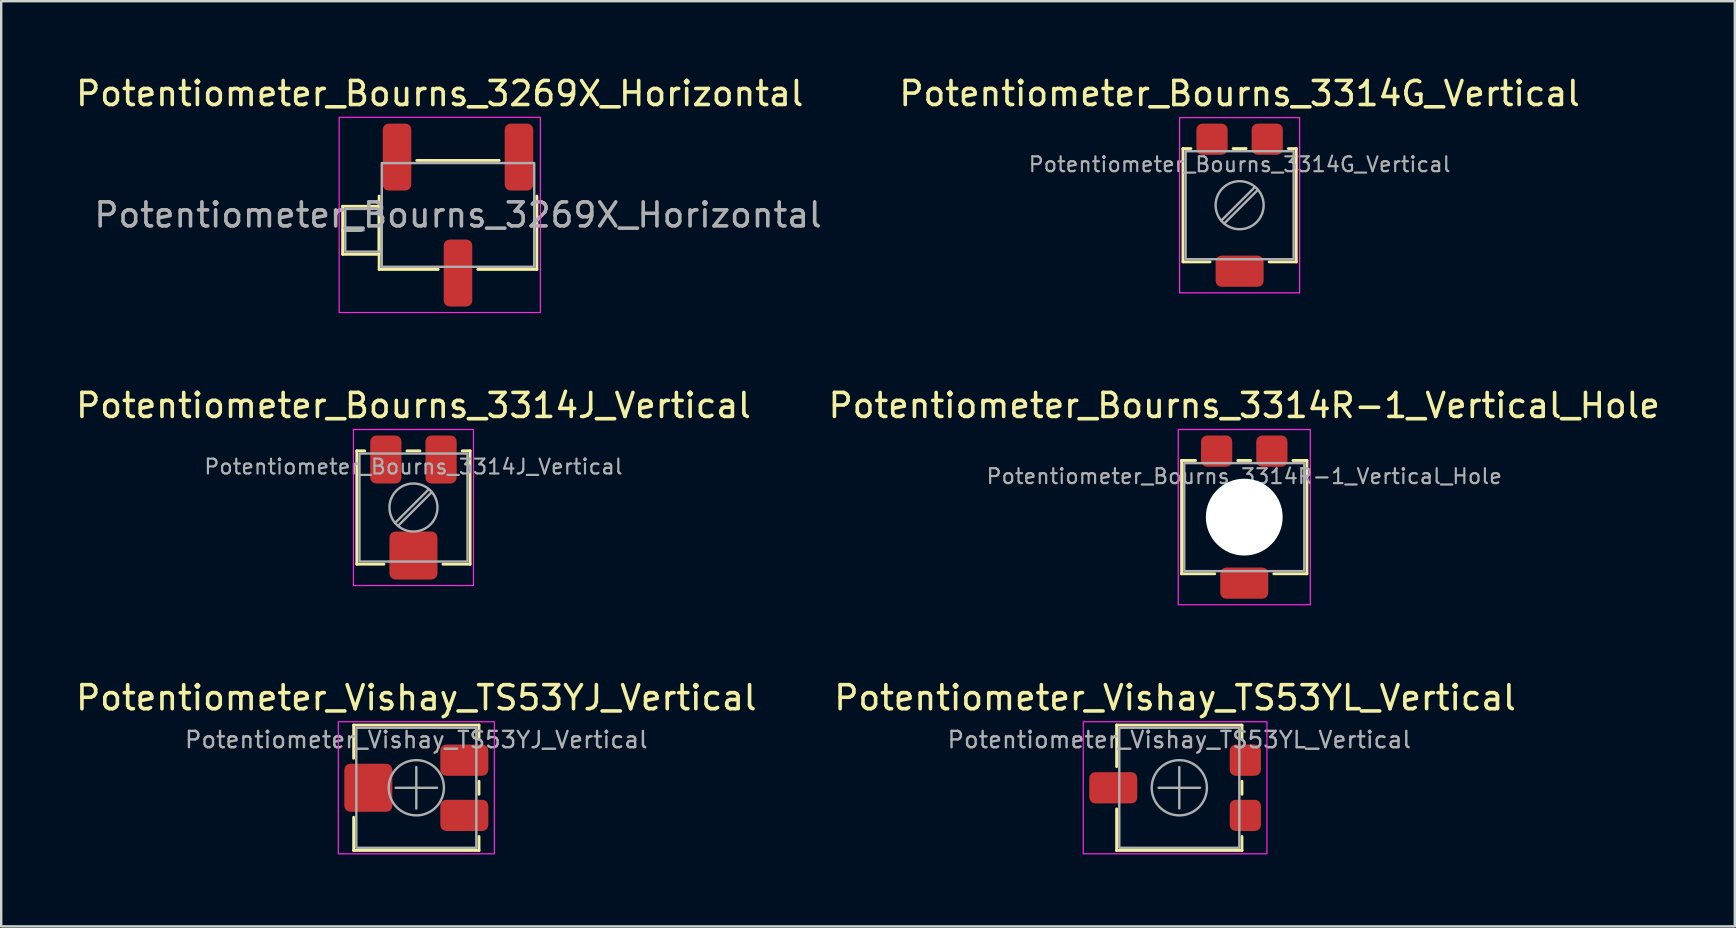
<source format=kicad_pcb>
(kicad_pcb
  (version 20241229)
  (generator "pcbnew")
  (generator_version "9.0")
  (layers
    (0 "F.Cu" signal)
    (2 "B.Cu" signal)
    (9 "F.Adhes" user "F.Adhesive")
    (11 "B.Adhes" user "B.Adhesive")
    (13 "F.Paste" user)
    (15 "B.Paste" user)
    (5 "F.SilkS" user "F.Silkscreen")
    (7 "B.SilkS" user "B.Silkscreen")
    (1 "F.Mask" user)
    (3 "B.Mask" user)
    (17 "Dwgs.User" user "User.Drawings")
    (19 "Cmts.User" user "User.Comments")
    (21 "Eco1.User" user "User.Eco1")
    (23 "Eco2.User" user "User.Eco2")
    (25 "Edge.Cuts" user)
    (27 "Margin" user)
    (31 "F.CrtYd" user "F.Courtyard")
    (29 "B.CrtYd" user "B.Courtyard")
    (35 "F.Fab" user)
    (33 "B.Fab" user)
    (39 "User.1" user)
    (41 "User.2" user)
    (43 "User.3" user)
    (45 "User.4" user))
  (footprint "Potentiometer_Bourns_3269X_Horizontal"
    (layer "F.Cu")
    (at 16.028 5.908)
    (property "Reference" "Potentiometer_Bourns_3269X_Horizontal" (at -0.76 -5.06 0) (layer "F.SilkS") (effects (font (size 1 1) (thickness 0.15))))
    (attr smd)
    (fp_line (start -4.805 -0.365) (end -4.805 1.635) (stroke (width 0.12) (type solid)) (layer "F.SilkS"))
    (fp_line (start -4.805 -0.365) (end -3.285 -0.365) (stroke (width 0.12) (type solid)) (layer "F.SilkS"))
    (fp_line (start -4.805 0.635) (end -4.045 0.635) (stroke (width 0.12) (type solid)) (layer "F.SilkS"))
    (fp_line (start -4.805 1.635) (end -3.285 1.635) (stroke (width 0.12) (type solid)) (layer "F.SilkS"))
    (fp_line (start -3.285 -0.79) (end -3.285 2.265) (stroke (width 0.12) (type solid)) (layer "F.SilkS"))
    (fp_line (start -3.285 -0.365) (end -3.285 1.635) (stroke (width 0.12) (type solid)) (layer "F.SilkS"))
    (fp_line (start -3.285 2.265) (end -0.825 2.265) (stroke (width 0.12) (type solid)) (layer "F.SilkS"))
    (fp_line (start -1.715 -2.275) (end 1.715 -2.275) (stroke (width 0.12) (type solid)) (layer "F.SilkS"))
    (fp_line (start 0.825 2.265) (end 3.285 2.265) (stroke (width 0.12) (type solid)) (layer "F.SilkS"))
    (fp_line (start 3.285 -0.79) (end 3.285 2.265) (stroke (width 0.12) (type solid)) (layer "F.SilkS"))
    (fp_rect (start -4.95 -4.07) (end 3.43 4.06) (stroke (width 0.05) (type solid)) (fill no) (layer "F.CrtYd"))
    (fp_line (start -4.695 0.635) (end -3.935 0.635) (stroke (width 0.1) (type solid)) (layer "F.Fab"))
    (fp_rect (start -4.695 -0.255) (end -3.175 1.525) (stroke (width 0.1) (type solid)) (fill no) (layer "F.Fab"))
    (fp_rect (start -3.175 -2.165) (end 3.175 2.155) (stroke (width 0.1) (type solid)) (fill no) (layer "F.Fab"))
    (fp_text user "${REFERENCE}" (at 0 -0.005 0) (layer "F.Fab") (effects (font (size 1 1) (thickness 0.15))))
    (pad "1" smd roundrect (at 2.54 -2.415) (size 1.19 2.79) (layers "F.Cu" "F.Mask" "F.Paste") (roundrect_rratio 0.21))
    (pad "2" smd roundrect (at 0 2.415) (size 1.19 2.79) (layers "F.Cu" "F.Mask" "F.Paste") (roundrect_rratio 0.21))
    (pad "3" smd roundrect (at -2.54 -2.415) (size 1.19 2.79) (layers "F.Cu" "F.Mask" "F.Paste") (roundrect_rratio 0.21)))
  (footprint "Potentiometer_Vishay_TS53YL_Vertical"
    (layer "F.Cu")
    (at 46.074 29.765)
    (property "Reference" "Potentiometer_Vishay_TS53YL_Vertical" (at -0.175 -3.75 0) (layer "F.SilkS") (effects (font (size 1 1) (thickness 0.15))))
    (attr smd)
    (fp_line (start -2.61 -2.61) (end -2.61 -0.88) (stroke (width 0.12) (type solid)) (layer "F.SilkS"))
    (fp_line (start -2.61 -2.61) (end 2.61 -2.61) (stroke (width 0.12) (type solid)) (layer "F.SilkS"))
    (fp_line (start -2.61 0.88) (end -2.61 2.61) (stroke (width 0.12) (type solid)) (layer "F.SilkS"))
    (fp_line (start -2.61 2.61) (end 2.61 2.61) (stroke (width 0.12) (type solid)) (layer "F.SilkS"))
    (fp_line (start 2.61 -2.61) (end 2.61 -2.03) (stroke (width 0.12) (type solid)) (layer "F.SilkS"))
    (fp_line (start 2.61 -0.27) (end 2.61 0.27) (stroke (width 0.12) (type solid)) (layer "F.SilkS"))
    (fp_line (start 2.61 2.03) (end 2.61 2.61) (stroke (width 0.12) (type solid)) (layer "F.SilkS"))
    (fp_rect (start -4 -2.75) (end 3.65 2.75) (stroke (width 0.05) (type solid)) (fill no) (layer "F.CrtYd"))
    (fp_line (start -0.862 0) (end 0.862 0) (stroke (width 0.1) (type solid)) (layer "F.Fab"))
    (fp_line (start 0 -0.862) (end 0 0.862) (stroke (width 0.1) (type solid)) (layer "F.Fab"))
    (fp_rect (start -2.5 -2.5) (end 2.5 2.5) (stroke (width 0.1) (type solid)) (fill no) (layer "F.Fab"))
    (fp_circle (center 0 0) (end 1.15 0) (stroke (width 0.1) (type solid)) (fill no) (layer "F.Fab"))
    (fp_text user "${REFERENCE}" (at 0 -2 0) (layer "F.Fab") (effects (font (size 0.68 0.68) (thickness 0.1))))
    (pad "1" smd roundrect (at 2.75 -1.15) (size 1.3 1.3) (layers "F.Cu" "F.Mask" "F.Paste") (roundrect_rratio 0.192))
    (pad "2" smd roundrect (at -2.75 0) (size 2 1.3) (layers "F.Cu" "F.Mask" "F.Paste") (roundrect_rratio 0.192))
    (pad "3" smd roundrect (at 2.75 1.15) (size 1.3 1.3) (layers "F.Cu" "F.Mask" "F.Paste") (roundrect_rratio 0.192)))
  (footprint "Potentiometer_Bourns_3314R-1_Vertical_Hole"
    (layer "F.Cu")
    (at 48.78 18.491)
    (property "Reference" "Potentiometer_Bourns_3314R-1_Vertical_Hole" (at 0 -4.65 0) (layer "F.SilkS") (effects (font (size 1 1) (thickness 0.15))))
    (attr smd)
    (fp_line (start -2.61 -2.36) (end -2.61 2.36) (stroke (width 0.12) (type solid)) (layer "F.SilkS"))
    (fp_line (start -2.61 -2.36) (end -2.03 -2.36) (stroke (width 0.12) (type solid)) (layer "F.SilkS"))
    (fp_line (start -2.61 2.36) (end -1.23 2.36) (stroke (width 0.12) (type solid)) (layer "F.SilkS"))
    (fp_line (start -0.27 -2.36) (end 0.27 -2.36) (stroke (width 0.12) (type solid)) (layer "F.SilkS"))
    (fp_line (start 1.23 2.36) (end 2.61 2.36) (stroke (width 0.12) (type solid)) (layer "F.SilkS"))
    (fp_line (start 2.03 -2.36) (end 2.61 -2.36) (stroke (width 0.12) (type solid)) (layer "F.SilkS"))
    (fp_line (start 2.61 -2.36) (end 2.61 2.36) (stroke (width 0.12) (type solid)) (layer "F.SilkS"))
    (fp_rect (start -2.75 -3.65) (end 2.75 3.65) (stroke (width 0.05) (type solid)) (fill no) (layer "F.CrtYd"))
    (fp_rect (start -2.5 -2.25) (end 2.5 2.25) (stroke (width 0.1) (type solid)) (fill no) (layer "F.Fab"))
    (fp_text user "${REFERENCE}" (at 0 -1.7 0) (layer "F.Fab") (effects (font (size 0.62 0.62) (thickness 0.09))))
    (pad "" np_thru_hole circle (at 0 0) (size 3.2 3.2) (drill 3.2) (layers "*.Cu" "*.Mask"))
    (pad "1" smd roundrect (at 1.15 -2.75) (size 1.3 1.3) (layers "F.Cu" "F.Mask" "F.Paste") (roundrect_rratio 0.192))
    (pad "2" smd roundrect (at 0 2.75) (size 2 1.3) (layers "F.Cu" "F.Mask" "F.Paste") (roundrect_rratio 0.192))
    (pad "3" smd roundrect (at -1.15 -2.75) (size 1.3 1.3) (layers "F.Cu" "F.Mask" "F.Paste") (roundrect_rratio 0.192)))
  (footprint "Potentiometer_Bourns_3314G_Vertical"
    (layer "F.Cu")
    (at 48.587 5.498)
    (property "Reference" "Potentiometer_Bourns_3314G_Vertical" (at 0 -4.65 0) (layer "F.SilkS") (effects (font (size 1 1) (thickness 0.15))))
    (attr smd)
    (fp_line (start -2.36 -2.36) (end -2.36 2.36) (stroke (width 0.12) (type solid)) (layer "F.SilkS"))
    (fp_line (start -2.36 -2.36) (end -2.03 -2.36) (stroke (width 0.12) (type solid)) (layer "F.SilkS"))
    (fp_line (start -2.36 2.36) (end -1.23 2.36) (stroke (width 0.12) (type solid)) (layer "F.SilkS"))
    (fp_line (start -0.27 -2.36) (end 0.27 -2.36) (stroke (width 0.12) (type solid)) (layer "F.SilkS"))
    (fp_line (start 1.23 2.36) (end 2.36 2.36) (stroke (width 0.12) (type solid)) (layer "F.SilkS"))
    (fp_line (start 2.03 -2.36) (end 2.36 -2.36) (stroke (width 0.12) (type solid)) (layer "F.SilkS"))
    (fp_line (start 2.36 -2.36) (end 2.36 2.36) (stroke (width 0.12) (type solid)) (layer "F.SilkS"))
    (fp_rect (start -2.5 -3.65) (end 2.5 3.65) (stroke (width 0.05) (type solid)) (fill no) (layer "F.CrtYd"))
    (fp_line (start 0.636 -0.758) (end -0.758 0.636) (stroke (width 0.1) (type solid)) (layer "F.Fab"))
    (fp_line (start 0.758 -0.636) (end -0.636 0.758) (stroke (width 0.1) (type solid)) (layer "F.Fab"))
    (fp_rect (start -2.25 -2.25) (end 2.25 2.25) (stroke (width 0.1) (type solid)) (fill no) (layer "F.Fab"))
    (fp_circle (center 0 0) (end 1 0) (stroke (width 0.1) (type solid)) (fill no) (layer "F.Fab"))
    (fp_text user "${REFERENCE}" (at 0 -1.7 0) (layer "F.Fab") (effects (font (size 0.62 0.62) (thickness 0.09))))
    (pad "1" smd roundrect (at 1.15 -2.75) (size 1.3 1.3) (layers "F.Cu" "F.Mask" "F.Paste") (roundrect_rratio 0.192))
    (pad "2" smd roundrect (at 0 2.75) (size 2 1.3) (layers "F.Cu" "F.Mask" "F.Paste") (roundrect_rratio 0.192))
    (pad "3" smd roundrect (at -1.15 -2.75) (size 1.3 1.3) (layers "F.Cu" "F.Mask" "F.Paste") (roundrect_rratio 0.192)))
  (footprint "Potentiometer_Vishay_TS53YJ_Vertical"
    (layer "F.Cu")
    (at 14.292 29.765)
    (property "Reference" "Potentiometer_Vishay_TS53YJ_Vertical" (at 0 -3.75 0) (layer "F.SilkS") (effects (font (size 1 1) (thickness 0.15))))
    (attr smd)
    (fp_line (start -2.61 -2.61) (end -2.61 -1.23) (stroke (width 0.12) (type solid)) (layer "F.SilkS"))
    (fp_line (start -2.61 -2.61) (end 2.61 -2.61) (stroke (width 0.12) (type solid)) (layer "F.SilkS"))
    (fp_line (start -2.61 1.23) (end -2.61 2.61) (stroke (width 0.12) (type solid)) (layer "F.SilkS"))
    (fp_line (start -2.61 2.61) (end 2.61 2.61) (stroke (width 0.12) (type solid)) (layer "F.SilkS"))
    (fp_line (start 2.61 -2.61) (end 2.61 -2.03) (stroke (width 0.12) (type solid)) (layer "F.SilkS"))
    (fp_line (start 2.61 -0.27) (end 2.61 0.27) (stroke (width 0.12) (type solid)) (layer "F.SilkS"))
    (fp_line (start 2.61 2.03) (end 2.61 2.61) (stroke (width 0.12) (type solid)) (layer "F.SilkS"))
    (fp_rect (start -3.25 -2.75) (end 3.25 2.75) (stroke (width 0.05) (type solid)) (fill no) (layer "F.CrtYd"))
    (fp_line (start -0.862 0) (end 0.862 0) (stroke (width 0.1) (type solid)) (layer "F.Fab"))
    (fp_line (start 0 -0.862) (end 0 0.862) (stroke (width 0.1) (type solid)) (layer "F.Fab"))
    (fp_rect (start -2.5 -2.5) (end 2.5 2.5) (stroke (width 0.1) (type solid)) (fill no) (layer "F.Fab"))
    (fp_circle (center 0 0) (end 1.15 0) (stroke (width 0.1) (type solid)) (fill no) (layer "F.Fab"))
    (fp_text user "${REFERENCE}" (at 0 -2 0) (layer "F.Fab") (effects (font (size 0.68 0.68) (thickness 0.1))))
    (pad "1" smd roundrect (at 2 -1.15) (size 2 1.3) (layers "F.Cu" "F.Mask" "F.Paste") (roundrect_rratio 0.192))
    (pad "2" smd roundrect (at -2 0) (size 2 2) (layers "F.Cu" "F.Mask" "F.Paste") (roundrect_rratio 0.125))
    (pad "3" smd roundrect (at 2 1.15) (size 2 1.3) (layers "F.Cu" "F.Mask" "F.Paste") (roundrect_rratio 0.192)))
  (footprint "Potentiometer_Bourns_3314J_Vertical"
    (layer "F.Cu")
    (at 14.173 18.091)
    (property "Reference" "Potentiometer_Bourns_3314J_Vertical" (at 0 -4.25 0) (layer "F.SilkS") (effects (font (size 1 1) (thickness 0.15))))
    (attr smd)
    (fp_line (start -2.36 -2.36) (end -2.36 2.36) (stroke (width 0.12) (type solid)) (layer "F.SilkS"))
    (fp_line (start -2.36 -2.36) (end -2.03 -2.36) (stroke (width 0.12) (type solid)) (layer "F.SilkS"))
    (fp_line (start -2.36 2.36) (end -1.23 2.36) (stroke (width 0.12) (type solid)) (layer "F.SilkS"))
    (fp_line (start -0.27 -2.36) (end 0.27 -2.36) (stroke (width 0.12) (type solid)) (layer "F.SilkS"))
    (fp_line (start 1.23 2.36) (end 2.36 2.36) (stroke (width 0.12) (type solid)) (layer "F.SilkS"))
    (fp_line (start 2.03 -2.36) (end 2.36 -2.36) (stroke (width 0.12) (type solid)) (layer "F.SilkS"))
    (fp_line (start 2.36 -2.36) (end 2.36 2.36) (stroke (width 0.12) (type solid)) (layer "F.SilkS"))
    (fp_rect (start -2.5 -3.25) (end 2.5 3.25) (stroke (width 0.05) (type solid)) (fill no) (layer "F.CrtYd"))
    (fp_line (start 0.636 -0.758) (end -0.758 0.636) (stroke (width 0.1) (type solid)) (layer "F.Fab"))
    (fp_line (start 0.758 -0.636) (end -0.636 0.758) (stroke (width 0.1) (type solid)) (layer "F.Fab"))
    (fp_rect (start -2.25 -2.25) (end 2.25 2.25) (stroke (width 0.1) (type solid)) (fill no) (layer "F.Fab"))
    (fp_circle (center 0 0) (end 1 0) (stroke (width 0.1) (type solid)) (fill no) (layer "F.Fab"))
    (fp_text user "${REFERENCE}" (at 0 -1.7 0) (layer "F.Fab") (effects (font (size 0.62 0.62) (thickness 0.09))))
    (pad "1" smd roundrect (at 1.15 -2) (size 1.3 2) (layers "F.Cu" "F.Mask" "F.Paste") (roundrect_rratio 0.192))
    (pad "2" smd roundrect (at 0 2) (size 2 2) (layers "F.Cu" "F.Mask" "F.Paste") (roundrect_rratio 0.125))
    (pad "3" smd roundrect (at -1.15 -2) (size 1.3 2) (layers "F.Cu" "F.Mask" "F.Paste") (roundrect_rratio 0.192)))
  (gr_rect
    (start -3 -3)
    (end 69.214 35.54)
    (stroke (width 0.1) (type default))
    (fill no)
    (layer "Edge.Cuts")))
</source>
